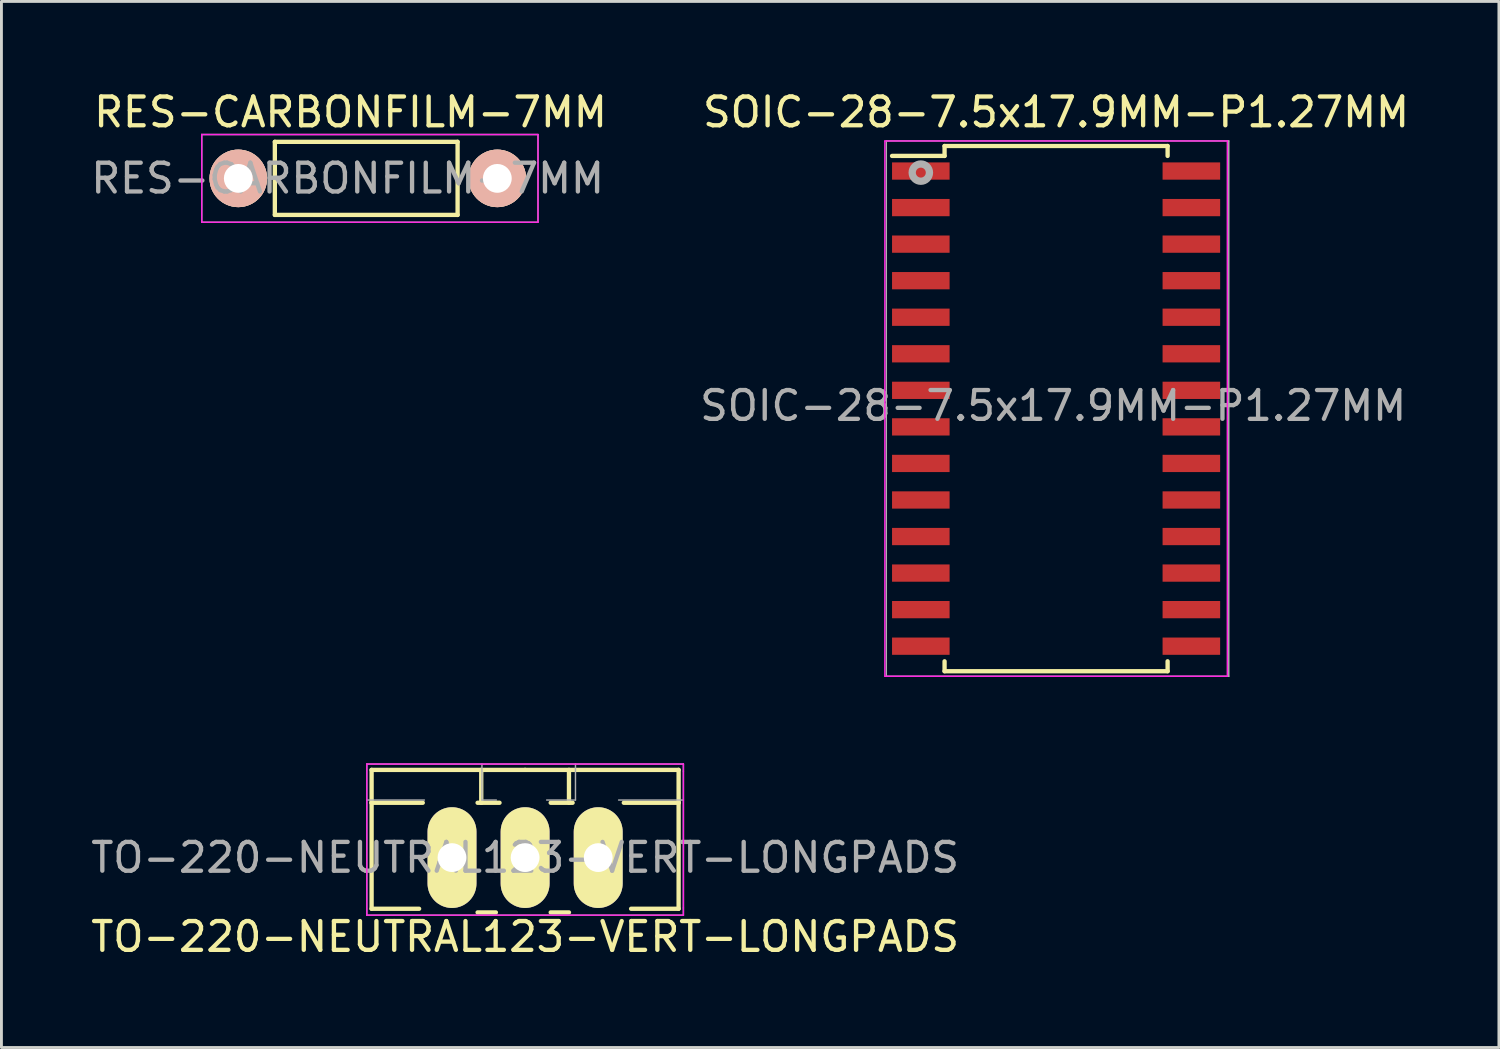
<source format=kicad_pcb>
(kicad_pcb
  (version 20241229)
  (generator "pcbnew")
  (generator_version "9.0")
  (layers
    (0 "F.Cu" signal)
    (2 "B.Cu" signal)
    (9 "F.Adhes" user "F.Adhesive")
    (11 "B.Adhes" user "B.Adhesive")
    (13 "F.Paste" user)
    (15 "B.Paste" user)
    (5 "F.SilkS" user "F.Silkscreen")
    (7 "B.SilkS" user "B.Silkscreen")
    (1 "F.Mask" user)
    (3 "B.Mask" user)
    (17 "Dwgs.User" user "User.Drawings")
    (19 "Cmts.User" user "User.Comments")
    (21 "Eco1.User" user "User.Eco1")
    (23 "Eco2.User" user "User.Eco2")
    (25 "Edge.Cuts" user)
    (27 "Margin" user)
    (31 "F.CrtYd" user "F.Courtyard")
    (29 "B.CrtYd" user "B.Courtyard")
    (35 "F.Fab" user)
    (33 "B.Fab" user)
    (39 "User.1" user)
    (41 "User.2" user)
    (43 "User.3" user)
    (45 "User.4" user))
  (footprint "TO-220-NEUTRAL123-VERT-LONGPADS"
    (layer "F.Cu")
    (at 15.196 26.749)
    (property "Reference" "TO-220-NEUTRAL123-VERT-LONGPADS" (at 0 0 0) (layer "F.Fab") (effects (font (size 1 1) (thickness 0.15))))
    (attr through_hole)
    (fp_line (start -5.334 -1.905) (end -5.334 -3.048) (stroke (width 0.15) (type solid)) (layer "F.SilkS"))
    (fp_line (start -5.334 -1.905) (end -3.556 -1.905) (stroke (width 0.15) (type solid)) (layer "F.SilkS"))
    (fp_line (start -5.334 1.778) (end -5.334 -1.905) (stroke (width 0.15) (type solid)) (layer "F.SilkS"))
    (fp_line (start -5.334 1.778) (end -3.683 1.778) (stroke (width 0.15) (type solid)) (layer "F.SilkS"))
    (fp_line (start -1.524 -3.048) (end -1.524 -1.905) (stroke (width 0.15) (type solid)) (layer "F.SilkS"))
    (fp_line (start -1.524 -1.905) (end -1.651 -1.905) (stroke (width 0.15) (type solid)) (layer "F.SilkS"))
    (fp_line (start -1.524 -1.905) (end -0.889 -1.905) (stroke (width 0.15) (type solid)) (layer "F.SilkS"))
    (fp_line (start -1.016 1.905) (end -1.651 1.905) (stroke (width 0.15) (type solid)) (layer "F.SilkS"))
    (fp_line (start 0 -3.048) (end -5.334 -3.048) (stroke (width 0.15) (type solid)) (layer "F.SilkS"))
    (fp_line (start 0 -3.048) (end 5.334 -3.048) (stroke (width 0.15) (type solid)) (layer "F.SilkS"))
    (fp_line (start 0.889 -1.905) (end 1.651 -1.905) (stroke (width 0.15) (type solid)) (layer "F.SilkS"))
    (fp_line (start 1.524 -3.048) (end 1.524 -1.905) (stroke (width 0.15) (type solid)) (layer "F.SilkS"))
    (fp_line (start 1.524 1.905) (end 0.889 1.905) (stroke (width 0.15) (type solid)) (layer "F.SilkS"))
    (fp_line (start 5.334 -3.048) (end 5.334 -1.905) (stroke (width 0.15) (type solid)) (layer "F.SilkS"))
    (fp_line (start 5.334 -1.905) (end 3.429 -1.905) (stroke (width 0.15) (type solid)) (layer "F.SilkS"))
    (fp_line (start 5.334 -1.905) (end 5.334 1.778) (stroke (width 0.15) (type solid)) (layer "F.SilkS"))
    (fp_line (start 5.334 1.778) (end 3.683 1.778) (stroke (width 0.15) (type solid)) (layer "F.SilkS"))
    (fp_line (start -5.5 -3.25) (end -5.5 2) (stroke (width 0.05) (type solid)) (layer "F.CrtYd"))
    (fp_line (start -5.5 2) (end 5.5 2) (stroke (width 0.05) (type solid)) (layer "F.CrtYd"))
    (fp_line (start 5.5 -3.25) (end -5.5 -3.25) (stroke (width 0.05) (type solid)) (layer "F.CrtYd"))
    (fp_line (start 5.5 2) (end 5.5 -3.25) (stroke (width 0.05) (type solid)) (layer "F.CrtYd"))
    (fp_line (start -5.5 2) (end -5.5 -3.25) (stroke (width 0.05) (type solid)) (layer "F.Fab"))
    (fp_line (start -3.5 -2) (end -5.5 -2) (stroke (width 0.05) (type solid)) (layer "F.Fab"))
    (fp_line (start -1.5 -2) (end -1.5 -3.25) (stroke (width 0.05) (type solid)) (layer "F.Fab"))
    (fp_line (start -1 -2) (end -1.5 -2) (stroke (width 0.05) (type solid)) (layer "F.Fab"))
    (fp_line (start 1.75 -2) (end 0.75 -2) (stroke (width 0.05) (type solid)) (layer "F.Fab"))
    (fp_line (start 1.75 -2) (end 1.75 -3.25) (stroke (width 0.05) (type solid)) (layer "F.Fab"))
    (fp_line (start 5.5 -3.25) (end -5.5 -3.25) (stroke (width 0.05) (type solid)) (layer "F.Fab"))
    (fp_line (start 5.5 -3) (end 5.5 -3.25) (stroke (width 0.05) (type solid)) (layer "F.Fab"))
    (fp_line (start 5.5 -3) (end 5.5 1.75) (stroke (width 0.05) (type solid)) (layer "F.Fab"))
    (fp_line (start 5.5 -2) (end 3.25 -2) (stroke (width 0.05) (type solid)) (layer "F.Fab"))
    (fp_line (start 5.5 1.75) (end 5.5 2) (stroke (width 0.05) (type solid)) (layer "F.Fab"))
    (fp_line (start 5.5 2) (end -5.5 2) (stroke (width 0.05) (type solid)) (layer "F.Fab"))
    (fp_text user "${REFERENCE}" (at 0 2.75 0) (layer "F.SilkS") (effects (font (size 1 1) (thickness 0.15))))
    (pad "1" thru_hole oval (at -2.54 0 90) (size 3.5 1.699) (drill 1.001) (layers "*.Cu" "*.Mask" "F.SilkS"))
    (pad "2" thru_hole oval (at 0 0 90) (size 3.5 1.699) (drill 1.001) (layers "*.Cu" "*.Mask" "F.SilkS"))
    (pad "3" thru_hole oval (at 2.54 0 90) (size 3.5 1.699) (drill 1.001) (layers "*.Cu" "*.Mask" "F.SilkS")))
  (footprint "RES-CARBONFILM-7MM"
    (layer "F.Cu")
    (at 5.23 3.148)
    (property "Reference" "RES-CARBONFILM-7MM" (at 3.8 0 0) (layer "F.Fab") (effects (font (size 1 1) (thickness 0.15))))
    (attr through_hole)
    (fp_line (start 1.27 -1.27) (end 7.62 -1.27) (stroke (width 0.15) (type solid)) (layer "F.SilkS"))
    (fp_line (start 1.27 1.27) (end 1.27 -1.27) (stroke (width 0.15) (type solid)) (layer "F.SilkS"))
    (fp_line (start 7.62 -1.27) (end 7.62 1.27) (stroke (width 0.15) (type solid)) (layer "F.SilkS"))
    (fp_line (start 7.62 1.27) (end 1.27 1.27) (stroke (width 0.15) (type solid)) (layer "F.SilkS"))
    (fp_line (start -1.27 -1.524) (end 10.414 -1.524) (stroke (width 0.05) (type solid)) (layer "F.CrtYd"))
    (fp_line (start -1.27 1.524) (end -1.27 -1.524) (stroke (width 0.05) (type solid)) (layer "F.CrtYd"))
    (fp_line (start -1.27 1.524) (end 10.414 1.524) (stroke (width 0.05) (type solid)) (layer "F.CrtYd"))
    (fp_line (start 10.414 -1.524) (end 10.414 1.524) (stroke (width 0.05) (type solid)) (layer "F.CrtYd"))
    (fp_line (start -1.27 -1.524) (end -1.27 1.524) (stroke (width 0.051) (type solid)) (layer "F.Fab"))
    (fp_line (start -1.27 1.524) (end 10.414 1.524) (stroke (width 0.051) (type solid)) (layer "F.Fab"))
    (fp_line (start 10.414 -1.524) (end -1.27 -1.524) (stroke (width 0.051) (type solid)) (layer "F.Fab"))
    (fp_line (start 10.414 1.5) (end 10.414 -1.5) (stroke (width 0.051) (type solid)) (layer "F.Fab"))
    (fp_text user "${REFERENCE}" (at 3.9 -2.3 0) (layer "F.SilkS") (effects (font (size 1 1) (thickness 0.15))))
    (pad "1" thru_hole circle (at 0 0) (size 1.999 1.999) (drill 1.001) (layers "*.Cu" "*.SilkS" "*.Mask"))
    (pad "2" thru_hole circle (at 9 0) (size 1.999 1.999) (drill 1.001) (layers "*.Cu" "*.SilkS" "*.Mask")))
  (footprint "SOIC-28-7.5x17.9MM-P1.27MM"
    (layer "F.Cu")
    (at 33.646 11.148)
    (property "Reference" "SOIC-28-7.5x17.9MM-P1.27MM" (at -0.1 -0.1 0) (layer "F.Fab") (effects (font (size 1 1) (thickness 0.15))))
    (attr smd)
    (fp_line (start -3.875 -9.125) (end -3.875 -8.78) (stroke (width 0.15) (type solid)) (layer "F.SilkS"))
    (fp_line (start -3.875 -9.125) (end 3.875 -9.125) (stroke (width 0.15) (type solid)) (layer "F.SilkS"))
    (fp_line (start -3.875 -8.78) (end -5.7 -8.78) (stroke (width 0.15) (type solid)) (layer "F.SilkS"))
    (fp_line (start -3.875 9.125) (end -3.875 8.78) (stroke (width 0.15) (type solid)) (layer "F.SilkS"))
    (fp_line (start -3.875 9.125) (end 3.875 9.125) (stroke (width 0.15) (type solid)) (layer "F.SilkS"))
    (fp_line (start 3.875 -9.125) (end 3.875 -8.78) (stroke (width 0.15) (type solid)) (layer "F.SilkS"))
    (fp_line (start 3.875 9.125) (end 3.875 8.78) (stroke (width 0.15) (type solid)) (layer "F.SilkS"))
    (fp_line (start -5.95 -9.3) (end -5.95 9.3) (stroke (width 0.05) (type solid)) (layer "F.CrtYd"))
    (fp_line (start -5.95 -9.3) (end 5.95 -9.3) (stroke (width 0.05) (type solid)) (layer "F.CrtYd"))
    (fp_line (start -5.95 9.3) (end 5.95 9.3) (stroke (width 0.05) (type solid)) (layer "F.CrtYd"))
    (fp_line (start 5.95 -9.3) (end 5.95 9.3) (stroke (width 0.05) (type solid)) (layer "F.CrtYd"))
    (fp_line (start -5.9 -9.3) (end -5.9 9.3) (stroke (width 0.051) (type solid)) (layer "F.Fab"))
    (fp_line (start -5.9 9.3) (end 6 9.3) (stroke (width 0.051) (type solid)) (layer "F.Fab"))
    (fp_line (start 6 -9.3) (end -5.9 -9.3) (stroke (width 0.051) (type solid)) (layer "F.Fab"))
    (fp_line (start 6 9.3) (end 6 -9.3) (stroke (width 0.051) (type solid)) (layer "F.Fab"))
    (fp_circle (center -4.7 -8.2) (end -4.7 -7.9) (stroke (width 0.254) (type solid)) (fill no) (layer "F.Fab"))
    (fp_text user "${REFERENCE}" (at 0 -10.3 0) (layer "F.SilkS") (effects (font (size 1 1) (thickness 0.15))))
    (pad "1" smd rect (at -4.7 -8.255) (size 2 0.6) (layers "F.Cu" "F.Mask" "F.Paste"))
    (pad "2" smd rect (at -4.7 -6.985) (size 2 0.6) (layers "F.Cu" "F.Mask" "F.Paste"))
    (pad "3" smd rect (at -4.7 -5.715) (size 2 0.6) (layers "F.Cu" "F.Mask" "F.Paste"))
    (pad "4" smd rect (at -4.7 -4.445) (size 2 0.6) (layers "F.Cu" "F.Mask" "F.Paste"))
    (pad "5" smd rect (at -4.7 -3.175) (size 2 0.6) (layers "F.Cu" "F.Mask" "F.Paste"))
    (pad "6" smd rect (at -4.7 -1.905) (size 2 0.6) (layers "F.Cu" "F.Mask" "F.Paste"))
    (pad "7" smd rect (at -4.7 -0.635) (size 2 0.6) (layers "F.Cu" "F.Mask" "F.Paste"))
    (pad "8" smd rect (at -4.7 0.635) (size 2 0.6) (layers "F.Cu" "F.Mask" "F.Paste"))
    (pad "9" smd rect (at -4.7 1.905) (size 2 0.6) (layers "F.Cu" "F.Mask" "F.Paste"))
    (pad "10" smd rect (at -4.7 3.175) (size 2 0.6) (layers "F.Cu" "F.Mask" "F.Paste"))
    (pad "11" smd rect (at -4.7 4.445) (size 2 0.6) (layers "F.Cu" "F.Mask" "F.Paste"))
    (pad "12" smd rect (at -4.7 5.715) (size 2 0.6) (layers "F.Cu" "F.Mask" "F.Paste"))
    (pad "13" smd rect (at -4.7 6.985) (size 2 0.6) (layers "F.Cu" "F.Mask" "F.Paste"))
    (pad "14" smd rect (at -4.7 8.255) (size 2 0.6) (layers "F.Cu" "F.Mask" "F.Paste"))
    (pad "15" smd rect (at 4.7 8.255) (size 2 0.6) (layers "F.Cu" "F.Mask" "F.Paste"))
    (pad "16" smd rect (at 4.7 6.985) (size 2 0.6) (layers "F.Cu" "F.Mask" "F.Paste"))
    (pad "17" smd rect (at 4.7 5.715) (size 2 0.6) (layers "F.Cu" "F.Mask" "F.Paste"))
    (pad "18" smd rect (at 4.7 4.445) (size 2 0.6) (layers "F.Cu" "F.Mask" "F.Paste"))
    (pad "19" smd rect (at 4.7 3.175) (size 2 0.6) (layers "F.Cu" "F.Mask" "F.Paste"))
    (pad "20" smd rect (at 4.7 1.905) (size 2 0.6) (layers "F.Cu" "F.Mask" "F.Paste"))
    (pad "21" smd rect (at 4.7 0.635) (size 2 0.6) (layers "F.Cu" "F.Mask" "F.Paste"))
    (pad "22" smd rect (at 4.7 -0.635) (size 2 0.6) (layers "F.Cu" "F.Mask" "F.Paste"))
    (pad "23" smd rect (at 4.7 -1.905) (size 2 0.6) (layers "F.Cu" "F.Mask" "F.Paste"))
    (pad "24" smd rect (at 4.7 -3.175) (size 2 0.6) (layers "F.Cu" "F.Mask" "F.Paste"))
    (pad "25" smd rect (at 4.7 -4.445) (size 2 0.6) (layers "F.Cu" "F.Mask" "F.Paste"))
    (pad "26" smd rect (at 4.7 -5.715) (size 2 0.6) (layers "F.Cu" "F.Mask" "F.Paste"))
    (pad "27" smd rect (at 4.7 -6.985) (size 2 0.6) (layers "F.Cu" "F.Mask" "F.Paste"))
    (pad "28" smd rect (at 4.7 -8.255) (size 2 0.6) (layers "F.Cu" "F.Mask" "F.Paste")))
  (gr_rect
    (start -3 -3)
    (end 49.033 33.347)
    (stroke (width 0.1) (type default))
    (fill no)
    (layer "Edge.Cuts")))
</source>
